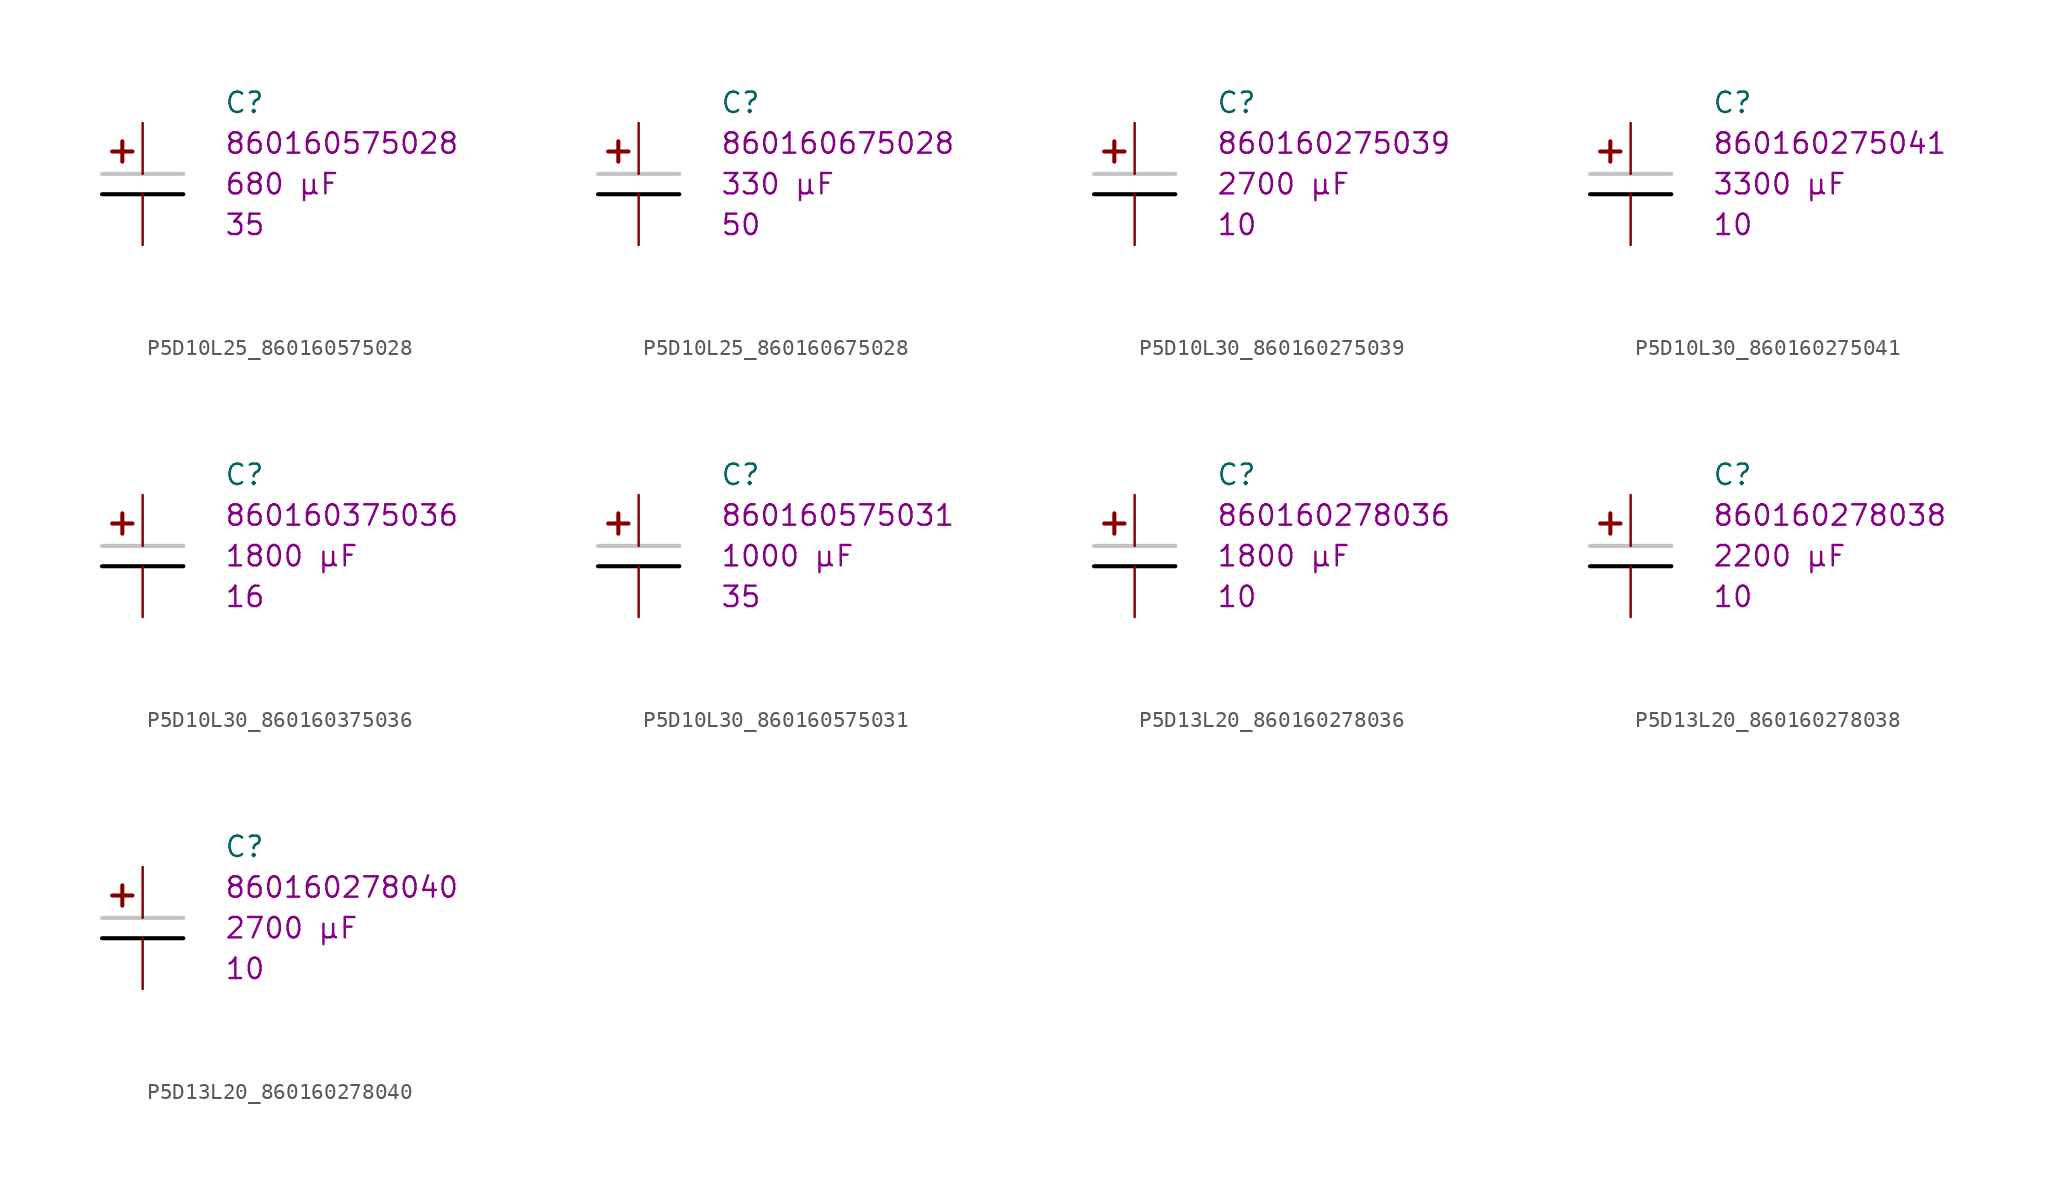
<source format=kicad_sym>
(kicad_symbol_lib
  (version 20220914)
  (generator kicad_symbol_editor)
  (symbol "P5D10L25_860160575028"
    (pin_numbers hide)
    (pin_names hide)
    (property "Reference" "C"
      (at 5.08 5.08 0)
      (effects (font (size 1.27 1.27)) (justify left)))
    (property "Part Number" "860160575028"
      (at 5.08 2.54 0)
      (effects (font (size 1.27 1.27)) (justify left)))
    (property "Capacitance" "680 µF"
      (at 5.08 0 0)
      (effects (font (size 1.27 1.27)) (justify left)))
    (property "Voltage" "35"
      (at 5.08 -2.54 0)
      (effects (font (size 1.27 1.27)) (justify left)))
    (property "Critical Parameter" ""
      (at 0 -7.62 0)
      (effects (font (size 1.27 1.27))))
    (symbol "P5D10L25_860160575028_1_1"
      (polyline (pts (xy -1.27 2.667) (xy -1.27 1.397)) (stroke (width 0.254) (type default)) (fill (type none)))
      (polyline (pts (xy -0.635 2.032) (xy -1.905 2.032)) (stroke (width 0.254) (type default)) (fill (type none)))
      (polyline (pts (xy 2.54 -0.635) (xy -2.54 -0.635)) (stroke (width 0.254) (type default) (color 0 0 0 1)) (fill (type none)))
      (polyline (pts (xy 2.54 0.635) (xy -2.54 0.635)) (stroke (width 0.254) (type default) (color 194 194 194 1)) (fill (type none)))
      (pin passive line (at 0 3.81 270) (length 3.175) (name "1" (effects (font (size 1.27 1.27)))) (number "1" (effects (font (size 1.27 1.27)))))
      (pin passive line (at 0 -3.81 90) (length 3.175) (name "2" (effects (font (size 1.27 1.27)))) (number "2" (effects (font (size 1.27 1.27)))))))
  (symbol "P5D10L25_860160675028"
    (pin_numbers hide)
    (pin_names hide)
    (property "Reference" "C"
      (at 5.08 5.08 0)
      (effects (font (size 1.27 1.27)) (justify left)))
    (property "Part Number" "860160675028"
      (at 5.08 2.54 0)
      (effects (font (size 1.27 1.27)) (justify left)))
    (property "Capacitance" "330 µF"
      (at 5.08 0 0)
      (effects (font (size 1.27 1.27)) (justify left)))
    (property "Voltage" "50"
      (at 5.08 -2.54 0)
      (effects (font (size 1.27 1.27)) (justify left)))
    (property "Critical Parameter" ""
      (at 0 -7.62 0)
      (effects (font (size 1.27 1.27))))
    (symbol "P5D10L25_860160675028_1_1"
      (polyline (pts (xy -1.27 2.667) (xy -1.27 1.397)) (stroke (width 0.254) (type default)) (fill (type none)))
      (polyline (pts (xy -0.635 2.032) (xy -1.905 2.032)) (stroke (width 0.254) (type default)) (fill (type none)))
      (polyline (pts (xy 2.54 -0.635) (xy -2.54 -0.635)) (stroke (width 0.254) (type default) (color 0 0 0 1)) (fill (type none)))
      (polyline (pts (xy 2.54 0.635) (xy -2.54 0.635)) (stroke (width 0.254) (type default) (color 194 194 194 1)) (fill (type none)))
      (pin passive line (at 0 3.81 270) (length 3.175) (name "1" (effects (font (size 1.27 1.27)))) (number "1" (effects (font (size 1.27 1.27)))))
      (pin passive line (at 0 -3.81 90) (length 3.175) (name "2" (effects (font (size 1.27 1.27)))) (number "2" (effects (font (size 1.27 1.27)))))))
  (symbol "P5D10L30_860160275039"
    (pin_numbers hide)
    (pin_names hide)
    (property "Reference" "C"
      (at 5.08 5.08 0)
      (effects (font (size 1.27 1.27)) (justify left)))
    (property "Part Number" "860160275039"
      (at 5.08 2.54 0)
      (effects (font (size 1.27 1.27)) (justify left)))
    (property "Capacitance" "2700 µF"
      (at 5.08 0 0)
      (effects (font (size 1.27 1.27)) (justify left)))
    (property "Voltage" "10"
      (at 5.08 -2.54 0)
      (effects (font (size 1.27 1.27)) (justify left)))
    (property "Critical Parameter" ""
      (at 0 -7.62 0)
      (effects (font (size 1.27 1.27))))
    (symbol "P5D10L30_860160275039_1_1"
      (polyline (pts (xy -1.27 2.667) (xy -1.27 1.397)) (stroke (width 0.254) (type default)) (fill (type none)))
      (polyline (pts (xy -0.635 2.032) (xy -1.905 2.032)) (stroke (width 0.254) (type default)) (fill (type none)))
      (polyline (pts (xy 2.54 -0.635) (xy -2.54 -0.635)) (stroke (width 0.254) (type default) (color 0 0 0 1)) (fill (type none)))
      (polyline (pts (xy 2.54 0.635) (xy -2.54 0.635)) (stroke (width 0.254) (type default) (color 194 194 194 1)) (fill (type none)))
      (pin passive line (at 0 3.81 270) (length 3.175) (name "1" (effects (font (size 1.27 1.27)))) (number "1" (effects (font (size 1.27 1.27)))))
      (pin passive line (at 0 -3.81 90) (length 3.175) (name "2" (effects (font (size 1.27 1.27)))) (number "2" (effects (font (size 1.27 1.27)))))))
  (symbol "P5D10L30_860160275041"
    (pin_numbers hide)
    (pin_names hide)
    (property "Reference" "C"
      (at 5.08 5.08 0)
      (effects (font (size 1.27 1.27)) (justify left)))
    (property "Part Number" "860160275041"
      (at 5.08 2.54 0)
      (effects (font (size 1.27 1.27)) (justify left)))
    (property "Capacitance" "3300 µF"
      (at 5.08 0 0)
      (effects (font (size 1.27 1.27)) (justify left)))
    (property "Voltage" "10"
      (at 5.08 -2.54 0)
      (effects (font (size 1.27 1.27)) (justify left)))
    (property "Critical Parameter" ""
      (at 0 -7.62 0)
      (effects (font (size 1.27 1.27))))
    (symbol "P5D10L30_860160275041_1_1"
      (polyline (pts (xy -1.27 2.667) (xy -1.27 1.397)) (stroke (width 0.254) (type default)) (fill (type none)))
      (polyline (pts (xy -0.635 2.032) (xy -1.905 2.032)) (stroke (width 0.254) (type default)) (fill (type none)))
      (polyline (pts (xy 2.54 -0.635) (xy -2.54 -0.635)) (stroke (width 0.254) (type default) (color 0 0 0 1)) (fill (type none)))
      (polyline (pts (xy 2.54 0.635) (xy -2.54 0.635)) (stroke (width 0.254) (type default) (color 194 194 194 1)) (fill (type none)))
      (pin passive line (at 0 3.81 270) (length 3.175) (name "1" (effects (font (size 1.27 1.27)))) (number "1" (effects (font (size 1.27 1.27)))))
      (pin passive line (at 0 -3.81 90) (length 3.175) (name "2" (effects (font (size 1.27 1.27)))) (number "2" (effects (font (size 1.27 1.27)))))))
  (symbol "P5D10L30_860160375036"
    (pin_numbers hide)
    (pin_names hide)
    (property "Reference" "C"
      (at 5.08 5.08 0)
      (effects (font (size 1.27 1.27)) (justify left)))
    (property "Part Number" "860160375036"
      (at 5.08 2.54 0)
      (effects (font (size 1.27 1.27)) (justify left)))
    (property "Capacitance" "1800 µF"
      (at 5.08 0 0)
      (effects (font (size 1.27 1.27)) (justify left)))
    (property "Voltage" "16"
      (at 5.08 -2.54 0)
      (effects (font (size 1.27 1.27)) (justify left)))
    (property "Critical Parameter" ""
      (at 0 -7.62 0)
      (effects (font (size 1.27 1.27))))
    (symbol "P5D10L30_860160375036_1_1"
      (polyline (pts (xy -1.27 2.667) (xy -1.27 1.397)) (stroke (width 0.254) (type default)) (fill (type none)))
      (polyline (pts (xy -0.635 2.032) (xy -1.905 2.032)) (stroke (width 0.254) (type default)) (fill (type none)))
      (polyline (pts (xy 2.54 -0.635) (xy -2.54 -0.635)) (stroke (width 0.254) (type default) (color 0 0 0 1)) (fill (type none)))
      (polyline (pts (xy 2.54 0.635) (xy -2.54 0.635)) (stroke (width 0.254) (type default) (color 194 194 194 1)) (fill (type none)))
      (pin passive line (at 0 3.81 270) (length 3.175) (name "1" (effects (font (size 1.27 1.27)))) (number "1" (effects (font (size 1.27 1.27)))))
      (pin passive line (at 0 -3.81 90) (length 3.175) (name "2" (effects (font (size 1.27 1.27)))) (number "2" (effects (font (size 1.27 1.27)))))))
  (symbol "P5D10L30_860160575031"
    (pin_numbers hide)
    (pin_names hide)
    (property "Reference" "C"
      (at 5.08 5.08 0)
      (effects (font (size 1.27 1.27)) (justify left)))
    (property "Part Number" "860160575031"
      (at 5.08 2.54 0)
      (effects (font (size 1.27 1.27)) (justify left)))
    (property "Capacitance" "1000 µF"
      (at 5.08 0 0)
      (effects (font (size 1.27 1.27)) (justify left)))
    (property "Voltage" "35"
      (at 5.08 -2.54 0)
      (effects (font (size 1.27 1.27)) (justify left)))
    (property "Critical Parameter" ""
      (at 0 -7.62 0)
      (effects (font (size 1.27 1.27))))
    (symbol "P5D10L30_860160575031_1_1"
      (polyline (pts (xy -1.27 2.667) (xy -1.27 1.397)) (stroke (width 0.254) (type default)) (fill (type none)))
      (polyline (pts (xy -0.635 2.032) (xy -1.905 2.032)) (stroke (width 0.254) (type default)) (fill (type none)))
      (polyline (pts (xy 2.54 -0.635) (xy -2.54 -0.635)) (stroke (width 0.254) (type default) (color 0 0 0 1)) (fill (type none)))
      (polyline (pts (xy 2.54 0.635) (xy -2.54 0.635)) (stroke (width 0.254) (type default) (color 194 194 194 1)) (fill (type none)))
      (pin passive line (at 0 3.81 270) (length 3.175) (name "1" (effects (font (size 1.27 1.27)))) (number "1" (effects (font (size 1.27 1.27)))))
      (pin passive line (at 0 -3.81 90) (length 3.175) (name "2" (effects (font (size 1.27 1.27)))) (number "2" (effects (font (size 1.27 1.27)))))))
  (symbol "P5D13L20_860160278036"
    (pin_numbers hide)
    (pin_names hide)
    (property "Reference" "C"
      (at 5.08 5.08 0)
      (effects (font (size 1.27 1.27)) (justify left)))
    (property "Part Number" "860160278036"
      (at 5.08 2.54 0)
      (effects (font (size 1.27 1.27)) (justify left)))
    (property "Capacitance" "1800 µF"
      (at 5.08 0 0)
      (effects (font (size 1.27 1.27)) (justify left)))
    (property "Voltage" "10"
      (at 5.08 -2.54 0)
      (effects (font (size 1.27 1.27)) (justify left)))
    (property "Critical Parameter" ""
      (at 0 -7.62 0)
      (effects (font (size 1.27 1.27))))
    (symbol "P5D13L20_860160278036_1_1"
      (polyline (pts (xy -1.27 2.667) (xy -1.27 1.397)) (stroke (width 0.254) (type default)) (fill (type none)))
      (polyline (pts (xy -0.635 2.032) (xy -1.905 2.032)) (stroke (width 0.254) (type default)) (fill (type none)))
      (polyline (pts (xy 2.54 -0.635) (xy -2.54 -0.635)) (stroke (width 0.254) (type default) (color 0 0 0 1)) (fill (type none)))
      (polyline (pts (xy 2.54 0.635) (xy -2.54 0.635)) (stroke (width 0.254) (type default) (color 194 194 194 1)) (fill (type none)))
      (pin passive line (at 0 3.81 270) (length 3.175) (name "1" (effects (font (size 1.27 1.27)))) (number "1" (effects (font (size 1.27 1.27)))))
      (pin passive line (at 0 -3.81 90) (length 3.175) (name "2" (effects (font (size 1.27 1.27)))) (number "2" (effects (font (size 1.27 1.27)))))))
  (symbol "P5D13L20_860160278038"
    (pin_numbers hide)
    (pin_names hide)
    (property "Reference" "C"
      (at 5.08 5.08 0)
      (effects (font (size 1.27 1.27)) (justify left)))
    (property "Part Number" "860160278038"
      (at 5.08 2.54 0)
      (effects (font (size 1.27 1.27)) (justify left)))
    (property "Capacitance" "2200 µF"
      (at 5.08 0 0)
      (effects (font (size 1.27 1.27)) (justify left)))
    (property "Voltage" "10"
      (at 5.08 -2.54 0)
      (effects (font (size 1.27 1.27)) (justify left)))
    (property "Critical Parameter" ""
      (at 0 -7.62 0)
      (effects (font (size 1.27 1.27))))
    (symbol "P5D13L20_860160278038_1_1"
      (polyline (pts (xy -1.27 2.667) (xy -1.27 1.397)) (stroke (width 0.254) (type default)) (fill (type none)))
      (polyline (pts (xy -0.635 2.032) (xy -1.905 2.032)) (stroke (width 0.254) (type default)) (fill (type none)))
      (polyline (pts (xy 2.54 -0.635) (xy -2.54 -0.635)) (stroke (width 0.254) (type default) (color 0 0 0 1)) (fill (type none)))
      (polyline (pts (xy 2.54 0.635) (xy -2.54 0.635)) (stroke (width 0.254) (type default) (color 194 194 194 1)) (fill (type none)))
      (pin passive line (at 0 3.81 270) (length 3.175) (name "1" (effects (font (size 1.27 1.27)))) (number "1" (effects (font (size 1.27 1.27)))))
      (pin passive line (at 0 -3.81 90) (length 3.175) (name "2" (effects (font (size 1.27 1.27)))) (number "2" (effects (font (size 1.27 1.27)))))))
  (symbol "P5D13L20_860160278040"
    (pin_numbers hide)
    (pin_names hide)
    (property "Reference" "C"
      (at 5.08 5.08 0)
      (effects (font (size 1.27 1.27)) (justify left)))
    (property "Part Number" "860160278040"
      (at 5.08 2.54 0)
      (effects (font (size 1.27 1.27)) (justify left)))
    (property "Capacitance" "2700 µF"
      (at 5.08 0 0)
      (effects (font (size 1.27 1.27)) (justify left)))
    (property "Voltage" "10"
      (at 5.08 -2.54 0)
      (effects (font (size 1.27 1.27)) (justify left)))
    (property "Critical Parameter" ""
      (at 0 -7.62 0)
      (effects (font (size 1.27 1.27))))
    (symbol "P5D13L20_860160278040_1_1"
      (polyline (pts (xy -1.27 2.667) (xy -1.27 1.397)) (stroke (width 0.254) (type default)) (fill (type none)))
      (polyline (pts (xy -0.635 2.032) (xy -1.905 2.032)) (stroke (width 0.254) (type default)) (fill (type none)))
      (polyline (pts (xy 2.54 -0.635) (xy -2.54 -0.635)) (stroke (width 0.254) (type default) (color 0 0 0 1)) (fill (type none)))
      (polyline (pts (xy 2.54 0.635) (xy -2.54 0.635)) (stroke (width 0.254) (type default) (color 194 194 194 1)) (fill (type none)))
      (pin passive line (at 0 3.81 270) (length 3.175) (name "1" (effects (font (size 1.27 1.27)))) (number "1" (effects (font (size 1.27 1.27)))))
      (pin passive line (at 0 -3.81 90) (length 3.175) (name "2" (effects (font (size 1.27 1.27)))) (number "2" (effects (font (size 1.27 1.27))))))))
</source>
